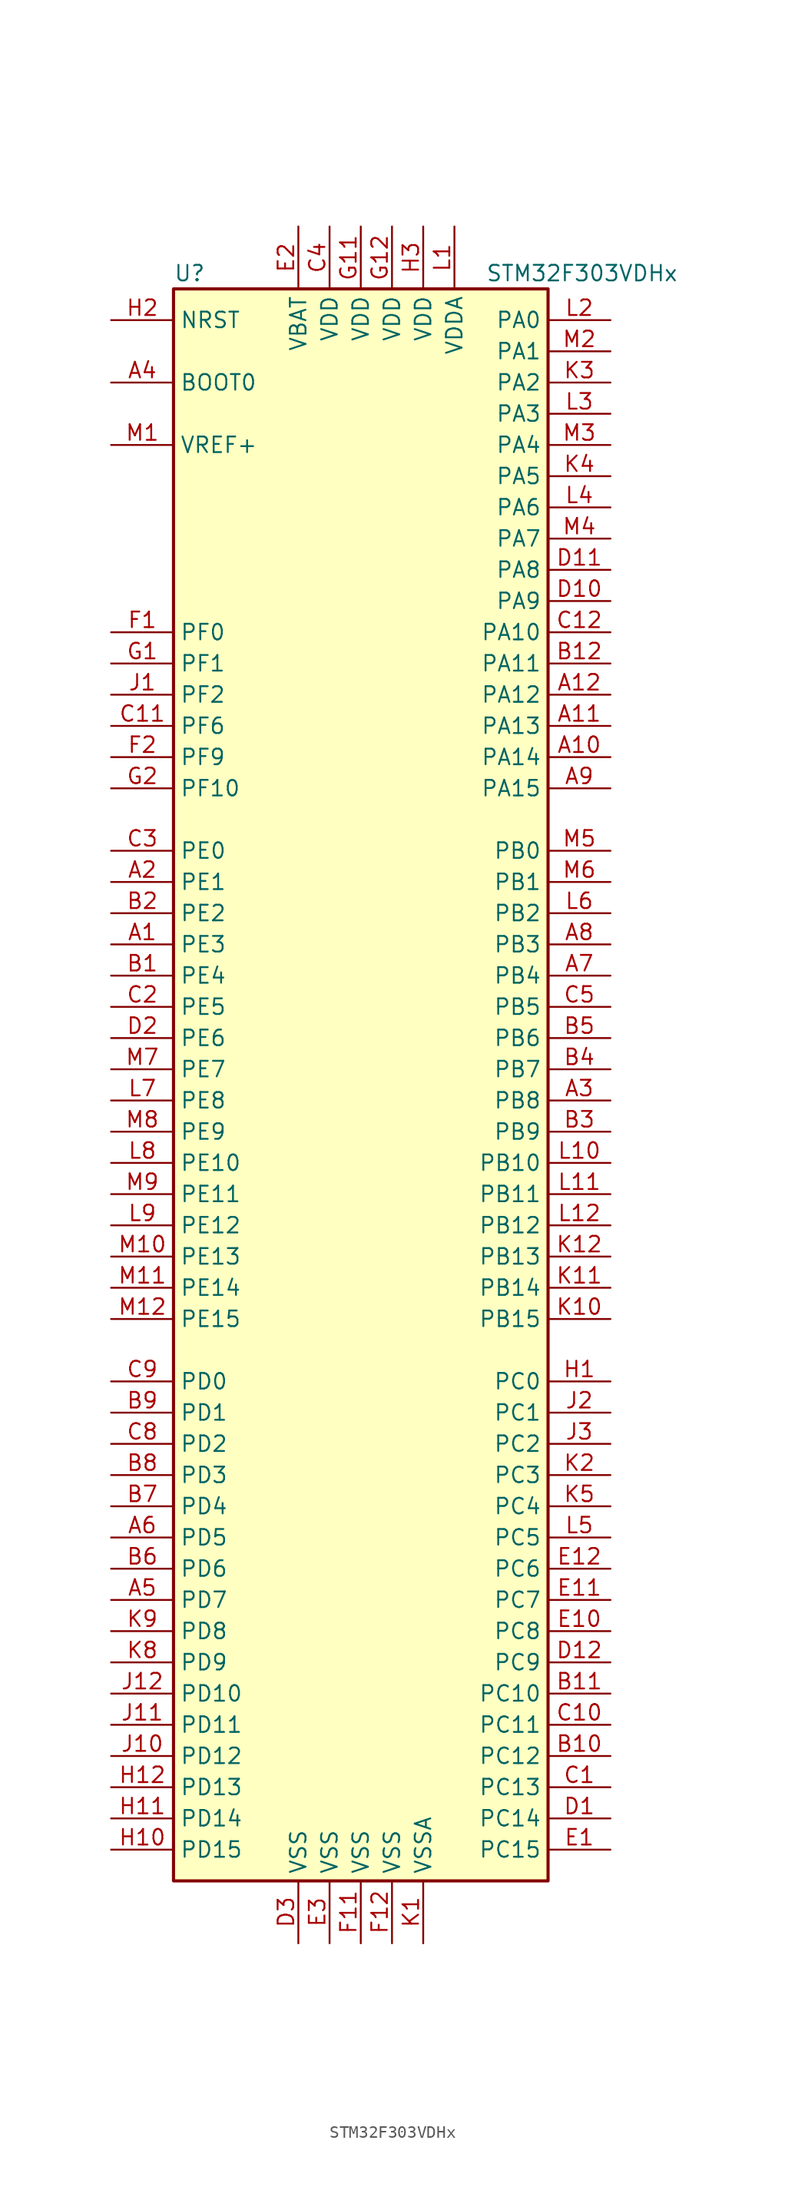
<source format=kicad_sym>
(kicad_symbol_lib
  (version 20201005)
  (generator kicad_symbol_editor)
  (symbol "MCU_ST_STM32F3:STM32F303VDHx"
    (property "Reference" "U"
      (at -15.24 64.77 0)
      (effects (font (size 1.27 1.27)) (justify left)))
    (property "Value" "STM32F303VDHx"
      (at 10.16 64.77 0)
      (effects (font (size 1.27 1.27)) (justify left)))
    (symbol "STM32F303VDHx_0_1"
      (rectangle (start -15.24 -66.04) (end 15.24 63.5) (stroke (width 0.254)) (fill (type background))))
    (symbol "STM32F303VDHx_1_1"
      (pin input line (at -20.32 55.88 0) (length 5.08) (name "BOOT0" (effects (font (size 1.27 1.27)))) (number "A4" (effects (font (size 1.27 1.27)))))
      (pin input line (at -20.32 60.96 0) (length 5.08) (name "NRST" (effects (font (size 1.27 1.27)))) (number "H2" (effects (font (size 1.27 1.27)))))
      (pin bidirectional line (at 20.32 60.96 180) (length 5.08) (name "PA0" (effects (font (size 1.27 1.27)))) (number "L2" (effects (font (size 1.27 1.27)))))
      (pin bidirectional line (at 20.32 58.42 180) (length 5.08) (name "PA1" (effects (font (size 1.27 1.27)))) (number "M2" (effects (font (size 1.27 1.27)))))
      (pin bidirectional line (at 20.32 35.56 180) (length 5.08) (name "PA10" (effects (font (size 1.27 1.27)))) (number "C12" (effects (font (size 1.27 1.27)))))
      (pin bidirectional line (at 20.32 33.02 180) (length 5.08) (name "PA11" (effects (font (size 1.27 1.27)))) (number "B12" (effects (font (size 1.27 1.27)))))
      (pin bidirectional line (at 20.32 30.48 180) (length 5.08) (name "PA12" (effects (font (size 1.27 1.27)))) (number "A12" (effects (font (size 1.27 1.27)))))
      (pin bidirectional line (at 20.32 27.94 180) (length 5.08) (name "PA13" (effects (font (size 1.27 1.27)))) (number "A11" (effects (font (size 1.27 1.27)))))
      (pin bidirectional line (at 20.32 25.4 180) (length 5.08) (name "PA14" (effects (font (size 1.27 1.27)))) (number "A10" (effects (font (size 1.27 1.27)))))
      (pin bidirectional line (at 20.32 22.86 180) (length 5.08) (name "PA15" (effects (font (size 1.27 1.27)))) (number "A9" (effects (font (size 1.27 1.27)))))
      (pin bidirectional line (at 20.32 55.88 180) (length 5.08) (name "PA2" (effects (font (size 1.27 1.27)))) (number "K3" (effects (font (size 1.27 1.27)))))
      (pin bidirectional line (at 20.32 53.34 180) (length 5.08) (name "PA3" (effects (font (size 1.27 1.27)))) (number "L3" (effects (font (size 1.27 1.27)))))
      (pin bidirectional line (at 20.32 50.8 180) (length 5.08) (name "PA4" (effects (font (size 1.27 1.27)))) (number "M3" (effects (font (size 1.27 1.27)))))
      (pin bidirectional line (at 20.32 48.26 180) (length 5.08) (name "PA5" (effects (font (size 1.27 1.27)))) (number "K4" (effects (font (size 1.27 1.27)))))
      (pin bidirectional line (at 20.32 45.72 180) (length 5.08) (name "PA6" (effects (font (size 1.27 1.27)))) (number "L4" (effects (font (size 1.27 1.27)))))
      (pin bidirectional line (at 20.32 43.18 180) (length 5.08) (name "PA7" (effects (font (size 1.27 1.27)))) (number "M4" (effects (font (size 1.27 1.27)))))
      (pin bidirectional line (at 20.32 40.64 180) (length 5.08) (name "PA8" (effects (font (size 1.27 1.27)))) (number "D11" (effects (font (size 1.27 1.27)))))
      (pin bidirectional line (at 20.32 38.1 180) (length 5.08) (name "PA9" (effects (font (size 1.27 1.27)))) (number "D10" (effects (font (size 1.27 1.27)))))
      (pin bidirectional line (at 20.32 17.78 180) (length 5.08) (name "PB0" (effects (font (size 1.27 1.27)))) (number "M5" (effects (font (size 1.27 1.27)))))
      (pin bidirectional line (at 20.32 15.24 180) (length 5.08) (name "PB1" (effects (font (size 1.27 1.27)))) (number "M6" (effects (font (size 1.27 1.27)))))
      (pin bidirectional line (at 20.32 -7.62 180) (length 5.08) (name "PB10" (effects (font (size 1.27 1.27)))) (number "L10" (effects (font (size 1.27 1.27)))))
      (pin bidirectional line (at 20.32 -10.16 180) (length 5.08) (name "PB11" (effects (font (size 1.27 1.27)))) (number "L11" (effects (font (size 1.27 1.27)))))
      (pin bidirectional line (at 20.32 -12.7 180) (length 5.08) (name "PB12" (effects (font (size 1.27 1.27)))) (number "L12" (effects (font (size 1.27 1.27)))))
      (pin bidirectional line (at 20.32 -15.24 180) (length 5.08) (name "PB13" (effects (font (size 1.27 1.27)))) (number "K12" (effects (font (size 1.27 1.27)))))
      (pin bidirectional line (at 20.32 -17.78 180) (length 5.08) (name "PB14" (effects (font (size 1.27 1.27)))) (number "K11" (effects (font (size 1.27 1.27)))))
      (pin bidirectional line (at 20.32 -20.32 180) (length 5.08) (name "PB15" (effects (font (size 1.27 1.27)))) (number "K10" (effects (font (size 1.27 1.27)))))
      (pin bidirectional line (at 20.32 12.7 180) (length 5.08) (name "PB2" (effects (font (size 1.27 1.27)))) (number "L6" (effects (font (size 1.27 1.27)))))
      (pin bidirectional line (at 20.32 10.16 180) (length 5.08) (name "PB3" (effects (font (size 1.27 1.27)))) (number "A8" (effects (font (size 1.27 1.27)))))
      (pin bidirectional line (at 20.32 7.62 180) (length 5.08) (name "PB4" (effects (font (size 1.27 1.27)))) (number "A7" (effects (font (size 1.27 1.27)))))
      (pin bidirectional line (at 20.32 5.08 180) (length 5.08) (name "PB5" (effects (font (size 1.27 1.27)))) (number "C5" (effects (font (size 1.27 1.27)))))
      (pin bidirectional line (at 20.32 2.54 180) (length 5.08) (name "PB6" (effects (font (size 1.27 1.27)))) (number "B5" (effects (font (size 1.27 1.27)))))
      (pin bidirectional line (at 20.32 0 180) (length 5.08) (name "PB7" (effects (font (size 1.27 1.27)))) (number "B4" (effects (font (size 1.27 1.27)))))
      (pin bidirectional line (at 20.32 -2.54 180) (length 5.08) (name "PB8" (effects (font (size 1.27 1.27)))) (number "A3" (effects (font (size 1.27 1.27)))))
      (pin bidirectional line (at 20.32 -5.08 180) (length 5.08) (name "PB9" (effects (font (size 1.27 1.27)))) (number "B3" (effects (font (size 1.27 1.27)))))
      (pin bidirectional line (at 20.32 -25.4 180) (length 5.08) (name "PC0" (effects (font (size 1.27 1.27)))) (number "H1" (effects (font (size 1.27 1.27)))))
      (pin bidirectional line (at 20.32 -27.94 180) (length 5.08) (name "PC1" (effects (font (size 1.27 1.27)))) (number "J2" (effects (font (size 1.27 1.27)))))
      (pin bidirectional line (at 20.32 -50.8 180) (length 5.08) (name "PC10" (effects (font (size 1.27 1.27)))) (number "B11" (effects (font (size 1.27 1.27)))))
      (pin bidirectional line (at 20.32 -53.34 180) (length 5.08) (name "PC11" (effects (font (size 1.27 1.27)))) (number "C10" (effects (font (size 1.27 1.27)))))
      (pin bidirectional line (at 20.32 -55.88 180) (length 5.08) (name "PC12" (effects (font (size 1.27 1.27)))) (number "B10" (effects (font (size 1.27 1.27)))))
      (pin bidirectional line (at 20.32 -58.42 180) (length 5.08) (name "PC13" (effects (font (size 1.27 1.27)))) (number "C1" (effects (font (size 1.27 1.27)))))
      (pin bidirectional line (at 20.32 -60.96 180) (length 5.08) (name "PC14" (effects (font (size 1.27 1.27)))) (number "D1" (effects (font (size 1.27 1.27)))))
      (pin bidirectional line (at 20.32 -63.5 180) (length 5.08) (name "PC15" (effects (font (size 1.27 1.27)))) (number "E1" (effects (font (size 1.27 1.27)))))
      (pin bidirectional line (at 20.32 -30.48 180) (length 5.08) (name "PC2" (effects (font (size 1.27 1.27)))) (number "J3" (effects (font (size 1.27 1.27)))))
      (pin bidirectional line (at 20.32 -33.02 180) (length 5.08) (name "PC3" (effects (font (size 1.27 1.27)))) (number "K2" (effects (font (size 1.27 1.27)))))
      (pin bidirectional line (at 20.32 -35.56 180) (length 5.08) (name "PC4" (effects (font (size 1.27 1.27)))) (number "K5" (effects (font (size 1.27 1.27)))))
      (pin bidirectional line (at 20.32 -38.1 180) (length 5.08) (name "PC5" (effects (font (size 1.27 1.27)))) (number "L5" (effects (font (size 1.27 1.27)))))
      (pin bidirectional line (at 20.32 -40.64 180) (length 5.08) (name "PC6" (effects (font (size 1.27 1.27)))) (number "E12" (effects (font (size 1.27 1.27)))))
      (pin bidirectional line (at 20.32 -43.18 180) (length 5.08) (name "PC7" (effects (font (size 1.27 1.27)))) (number "E11" (effects (font (size 1.27 1.27)))))
      (pin bidirectional line (at 20.32 -45.72 180) (length 5.08) (name "PC8" (effects (font (size 1.27 1.27)))) (number "E10" (effects (font (size 1.27 1.27)))))
      (pin bidirectional line (at 20.32 -48.26 180) (length 5.08) (name "PC9" (effects (font (size 1.27 1.27)))) (number "D12" (effects (font (size 1.27 1.27)))))
      (pin bidirectional line (at -20.32 -25.4 0) (length 5.08) (name "PD0" (effects (font (size 1.27 1.27)))) (number "C9" (effects (font (size 1.27 1.27)))))
      (pin bidirectional line (at -20.32 -27.94 0) (length 5.08) (name "PD1" (effects (font (size 1.27 1.27)))) (number "B9" (effects (font (size 1.27 1.27)))))
      (pin bidirectional line (at -20.32 -50.8 0) (length 5.08) (name "PD10" (effects (font (size 1.27 1.27)))) (number "J12" (effects (font (size 1.27 1.27)))))
      (pin bidirectional line (at -20.32 -53.34 0) (length 5.08) (name "PD11" (effects (font (size 1.27 1.27)))) (number "J11" (effects (font (size 1.27 1.27)))))
      (pin bidirectional line (at -20.32 -55.88 0) (length 5.08) (name "PD12" (effects (font (size 1.27 1.27)))) (number "J10" (effects (font (size 1.27 1.27)))))
      (pin bidirectional line (at -20.32 -58.42 0) (length 5.08) (name "PD13" (effects (font (size 1.27 1.27)))) (number "H12" (effects (font (size 1.27 1.27)))))
      (pin bidirectional line (at -20.32 -60.96 0) (length 5.08) (name "PD14" (effects (font (size 1.27 1.27)))) (number "H11" (effects (font (size 1.27 1.27)))))
      (pin bidirectional line (at -20.32 -63.5 0) (length 5.08) (name "PD15" (effects (font (size 1.27 1.27)))) (number "H10" (effects (font (size 1.27 1.27)))))
      (pin bidirectional line (at -20.32 -30.48 0) (length 5.08) (name "PD2" (effects (font (size 1.27 1.27)))) (number "C8" (effects (font (size 1.27 1.27)))))
      (pin bidirectional line (at -20.32 -33.02 0) (length 5.08) (name "PD3" (effects (font (size 1.27 1.27)))) (number "B8" (effects (font (size 1.27 1.27)))))
      (pin bidirectional line (at -20.32 -35.56 0) (length 5.08) (name "PD4" (effects (font (size 1.27 1.27)))) (number "B7" (effects (font (size 1.27 1.27)))))
      (pin bidirectional line (at -20.32 -38.1 0) (length 5.08) (name "PD5" (effects (font (size 1.27 1.27)))) (number "A6" (effects (font (size 1.27 1.27)))))
      (pin bidirectional line (at -20.32 -40.64 0) (length 5.08) (name "PD6" (effects (font (size 1.27 1.27)))) (number "B6" (effects (font (size 1.27 1.27)))))
      (pin bidirectional line (at -20.32 -43.18 0) (length 5.08) (name "PD7" (effects (font (size 1.27 1.27)))) (number "A5" (effects (font (size 1.27 1.27)))))
      (pin bidirectional line (at -20.32 -45.72 0) (length 5.08) (name "PD8" (effects (font (size 1.27 1.27)))) (number "K9" (effects (font (size 1.27 1.27)))))
      (pin bidirectional line (at -20.32 -48.26 0) (length 5.08) (name "PD9" (effects (font (size 1.27 1.27)))) (number "K8" (effects (font (size 1.27 1.27)))))
      (pin bidirectional line (at -20.32 17.78 0) (length 5.08) (name "PE0" (effects (font (size 1.27 1.27)))) (number "C3" (effects (font (size 1.27 1.27)))))
      (pin bidirectional line (at -20.32 15.24 0) (length 5.08) (name "PE1" (effects (font (size 1.27 1.27)))) (number "A2" (effects (font (size 1.27 1.27)))))
      (pin bidirectional line (at -20.32 -7.62 0) (length 5.08) (name "PE10" (effects (font (size 1.27 1.27)))) (number "L8" (effects (font (size 1.27 1.27)))))
      (pin bidirectional line (at -20.32 -10.16 0) (length 5.08) (name "PE11" (effects (font (size 1.27 1.27)))) (number "M9" (effects (font (size 1.27 1.27)))))
      (pin bidirectional line (at -20.32 -12.7 0) (length 5.08) (name "PE12" (effects (font (size 1.27 1.27)))) (number "L9" (effects (font (size 1.27 1.27)))))
      (pin bidirectional line (at -20.32 -15.24 0) (length 5.08) (name "PE13" (effects (font (size 1.27 1.27)))) (number "M10" (effects (font (size 1.27 1.27)))))
      (pin bidirectional line (at -20.32 -17.78 0) (length 5.08) (name "PE14" (effects (font (size 1.27 1.27)))) (number "M11" (effects (font (size 1.27 1.27)))))
      (pin bidirectional line (at -20.32 -20.32 0) (length 5.08) (name "PE15" (effects (font (size 1.27 1.27)))) (number "M12" (effects (font (size 1.27 1.27)))))
      (pin bidirectional line (at -20.32 12.7 0) (length 5.08) (name "PE2" (effects (font (size 1.27 1.27)))) (number "B2" (effects (font (size 1.27 1.27)))))
      (pin bidirectional line (at -20.32 10.16 0) (length 5.08) (name "PE3" (effects (font (size 1.27 1.27)))) (number "A1" (effects (font (size 1.27 1.27)))))
      (pin bidirectional line (at -20.32 7.62 0) (length 5.08) (name "PE4" (effects (font (size 1.27 1.27)))) (number "B1" (effects (font (size 1.27 1.27)))))
      (pin bidirectional line (at -20.32 5.08 0) (length 5.08) (name "PE5" (effects (font (size 1.27 1.27)))) (number "C2" (effects (font (size 1.27 1.27)))))
      (pin bidirectional line (at -20.32 2.54 0) (length 5.08) (name "PE6" (effects (font (size 1.27 1.27)))) (number "D2" (effects (font (size 1.27 1.27)))))
      (pin bidirectional line (at -20.32 0 0) (length 5.08) (name "PE7" (effects (font (size 1.27 1.27)))) (number "M7" (effects (font (size 1.27 1.27)))))
      (pin bidirectional line (at -20.32 -2.54 0) (length 5.08) (name "PE8" (effects (font (size 1.27 1.27)))) (number "L7" (effects (font (size 1.27 1.27)))))
      (pin bidirectional line (at -20.32 -5.08 0) (length 5.08) (name "PE9" (effects (font (size 1.27 1.27)))) (number "M8" (effects (font (size 1.27 1.27)))))
      (pin input line (at -20.32 35.56 0) (length 5.08) (name "PF0" (effects (font (size 1.27 1.27)))) (number "F1" (effects (font (size 1.27 1.27)))))
      (pin input line (at -20.32 33.02 0) (length 5.08) (name "PF1" (effects (font (size 1.27 1.27)))) (number "G1" (effects (font (size 1.27 1.27)))))
      (pin bidirectional line (at -20.32 22.86 0) (length 5.08) (name "PF10" (effects (font (size 1.27 1.27)))) (number "G2" (effects (font (size 1.27 1.27)))))
      (pin bidirectional line (at -20.32 30.48 0) (length 5.08) (name "PF2" (effects (font (size 1.27 1.27)))) (number "J1" (effects (font (size 1.27 1.27)))))
      (pin bidirectional line (at -20.32 27.94 0) (length 5.08) (name "PF6" (effects (font (size 1.27 1.27)))) (number "C11" (effects (font (size 1.27 1.27)))))
      (pin bidirectional line (at -20.32 25.4 0) (length 5.08) (name "PF9" (effects (font (size 1.27 1.27)))) (number "F2" (effects (font (size 1.27 1.27)))))
      (pin power_in line (at -5.08 68.58 270) (length 5.08) (name "VBAT" (effects (font (size 1.27 1.27)))) (number "E2" (effects (font (size 1.27 1.27)))))
      (pin power_in line (at -2.54 68.58 270) (length 5.08) (name "VDD" (effects (font (size 1.27 1.27)))) (number "C4" (effects (font (size 1.27 1.27)))))
      (pin power_in line (at 0 68.58 270) (length 5.08) (name "VDD" (effects (font (size 1.27 1.27)))) (number "G11" (effects (font (size 1.27 1.27)))))
      (pin power_in line (at 2.54 68.58 270) (length 5.08) (name "VDD" (effects (font (size 1.27 1.27)))) (number "G12" (effects (font (size 1.27 1.27)))))
      (pin power_in line (at 5.08 68.58 270) (length 5.08) (name "VDD" (effects (font (size 1.27 1.27)))) (number "H3" (effects (font (size 1.27 1.27)))))
      (pin power_in line (at 7.62 68.58 270) (length 5.08) (name "VDDA" (effects (font (size 1.27 1.27)))) (number "L1" (effects (font (size 1.27 1.27)))))
      (pin power_in line (at -20.32 50.8 0) (length 5.08) (name "VREF+" (effects (font (size 1.27 1.27)))) (number "M1" (effects (font (size 1.27 1.27)))))
      (pin power_in line (at -5.08 -71.12 90) (length 5.08) (name "VSS" (effects (font (size 1.27 1.27)))) (number "D3" (effects (font (size 1.27 1.27)))))
      (pin power_in line (at -2.54 -71.12 90) (length 5.08) (name "VSS" (effects (font (size 1.27 1.27)))) (number "E3" (effects (font (size 1.27 1.27)))))
      (pin power_in line (at 0 -71.12 90) (length 5.08) (name "VSS" (effects (font (size 1.27 1.27)))) (number "F11" (effects (font (size 1.27 1.27)))))
      (pin power_in line (at 2.54 -71.12 90) (length 5.08) (name "VSS" (effects (font (size 1.27 1.27)))) (number "F12" (effects (font (size 1.27 1.27)))))
      (pin power_in line (at 5.08 -71.12 90) (length 5.08) (name "VSSA" (effects (font (size 1.27 1.27)))) (number "K1" (effects (font (size 1.27 1.27))))))))
</source>
